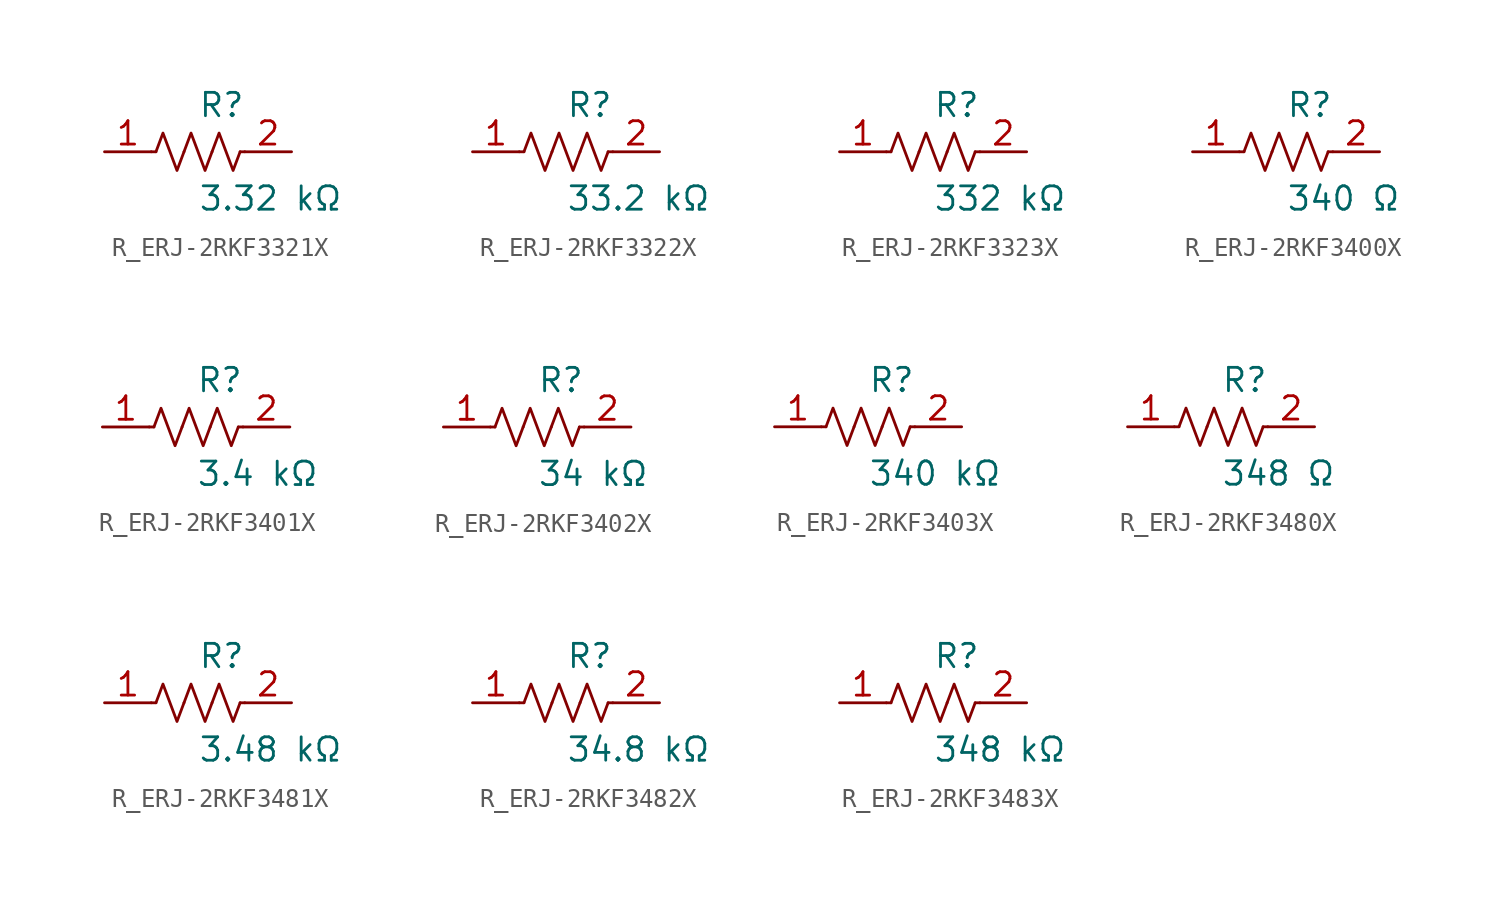
<source format=kicad_sym>
(kicad_symbol_lib
  (version 20231120)
  (generator kicad_symbol_editor)
  (generator_version 8.0)
  (symbol "R_ERJ-2RKF3321X"
    (pin_names
      (offset 0.254))
    (property "Reference" "R"
      (at 0 2.54 0)
      (effects (font (size 1.27 1.27)) (justify left)))
    (property "Value" "3.32 kΩ"
      (at 0 -2.54 0)
      (effects (font (size 1.27 1.27)) (justify left)))
    (symbol "R_ERJ-2RKF3321X_0_1"
      (polyline (pts (xy 2.286 0) (xy 2.54 0)) (stroke (width 0) (type default)) (fill (type none)))
      (polyline (pts (xy -2.286 0) (xy -2.54 0)) (stroke (width 0) (type default)) (fill (type none)))
      (polyline (pts (xy 0.762 0) (xy 1.143 1.016) (xy 1.524 0) (xy 1.905 -1.016) (xy 2.286 0)) (stroke (width 0) (type default)) (fill (type none)))
      (polyline (pts (xy -0.762 0) (xy -0.381 1.016) (xy 0 0) (xy 0.381 -1.016) (xy 0.762 0)) (stroke (width 0) (type default)) (fill (type none)))
      (polyline (pts (xy -2.286 0) (xy -1.905 1.016) (xy -1.524 0) (xy -1.143 -1.016) (xy -0.762 0)) (stroke (width 0) (type default)) (fill (type none))))
    (pin unspecified line
      (at -5.08 0 0)
      (length 2.54)
      (name "" (effects (font (size 1.27 1.27))))
      (number "1" (effects (font (size 1.27 1.27)))))
    (pin unspecified line
      (at 5.08 0 180)
      (length 2.54)
      (name "" (effects (font (size 1.27 1.27))))
      (number "2" (effects (font (size 1.27 1.27))))))
  (symbol "R_ERJ-2RKF3322X"
    (pin_names
      (offset 0.254))
    (property "Reference" "R"
      (at 0 2.54 0)
      (effects (font (size 1.27 1.27)) (justify left)))
    (property "Value" "33.2 kΩ"
      (at 0 -2.54 0)
      (effects (font (size 1.27 1.27)) (justify left)))
    (symbol "R_ERJ-2RKF3322X_0_1"
      (polyline (pts (xy 2.286 0) (xy 2.54 0)) (stroke (width 0) (type default)) (fill (type none)))
      (polyline (pts (xy -2.286 0) (xy -2.54 0)) (stroke (width 0) (type default)) (fill (type none)))
      (polyline (pts (xy 0.762 0) (xy 1.143 1.016) (xy 1.524 0) (xy 1.905 -1.016) (xy 2.286 0)) (stroke (width 0) (type default)) (fill (type none)))
      (polyline (pts (xy -0.762 0) (xy -0.381 1.016) (xy 0 0) (xy 0.381 -1.016) (xy 0.762 0)) (stroke (width 0) (type default)) (fill (type none)))
      (polyline (pts (xy -2.286 0) (xy -1.905 1.016) (xy -1.524 0) (xy -1.143 -1.016) (xy -0.762 0)) (stroke (width 0) (type default)) (fill (type none))))
    (pin unspecified line
      (at -5.08 0 0)
      (length 2.54)
      (name "" (effects (font (size 1.27 1.27))))
      (number "1" (effects (font (size 1.27 1.27)))))
    (pin unspecified line
      (at 5.08 0 180)
      (length 2.54)
      (name "" (effects (font (size 1.27 1.27))))
      (number "2" (effects (font (size 1.27 1.27))))))
  (symbol "R_ERJ-2RKF3323X"
    (pin_names
      (offset 0.254))
    (property "Reference" "R"
      (at 0 2.54 0)
      (effects (font (size 1.27 1.27)) (justify left)))
    (property "Value" "332 kΩ"
      (at 0 -2.54 0)
      (effects (font (size 1.27 1.27)) (justify left)))
    (symbol "R_ERJ-2RKF3323X_0_1"
      (polyline (pts (xy 2.286 0) (xy 2.54 0)) (stroke (width 0) (type default)) (fill (type none)))
      (polyline (pts (xy -2.286 0) (xy -2.54 0)) (stroke (width 0) (type default)) (fill (type none)))
      (polyline (pts (xy 0.762 0) (xy 1.143 1.016) (xy 1.524 0) (xy 1.905 -1.016) (xy 2.286 0)) (stroke (width 0) (type default)) (fill (type none)))
      (polyline (pts (xy -0.762 0) (xy -0.381 1.016) (xy 0 0) (xy 0.381 -1.016) (xy 0.762 0)) (stroke (width 0) (type default)) (fill (type none)))
      (polyline (pts (xy -2.286 0) (xy -1.905 1.016) (xy -1.524 0) (xy -1.143 -1.016) (xy -0.762 0)) (stroke (width 0) (type default)) (fill (type none))))
    (pin unspecified line
      (at -5.08 0 0)
      (length 2.54)
      (name "" (effects (font (size 1.27 1.27))))
      (number "1" (effects (font (size 1.27 1.27)))))
    (pin unspecified line
      (at 5.08 0 180)
      (length 2.54)
      (name "" (effects (font (size 1.27 1.27))))
      (number "2" (effects (font (size 1.27 1.27))))))
  (symbol "R_ERJ-2RKF3400X"
    (pin_names
      (offset 0.254))
    (property "Reference" "R"
      (at 0 2.54 0)
      (effects (font (size 1.27 1.27)) (justify left)))
    (property "Value" "340 Ω"
      (at 0 -2.54 0)
      (effects (font (size 1.27 1.27)) (justify left)))
    (symbol "R_ERJ-2RKF3400X_0_1"
      (polyline (pts (xy 2.286 0) (xy 2.54 0)) (stroke (width 0) (type default)) (fill (type none)))
      (polyline (pts (xy -2.286 0) (xy -2.54 0)) (stroke (width 0) (type default)) (fill (type none)))
      (polyline (pts (xy 0.762 0) (xy 1.143 1.016) (xy 1.524 0) (xy 1.905 -1.016) (xy 2.286 0)) (stroke (width 0) (type default)) (fill (type none)))
      (polyline (pts (xy -0.762 0) (xy -0.381 1.016) (xy 0 0) (xy 0.381 -1.016) (xy 0.762 0)) (stroke (width 0) (type default)) (fill (type none)))
      (polyline (pts (xy -2.286 0) (xy -1.905 1.016) (xy -1.524 0) (xy -1.143 -1.016) (xy -0.762 0)) (stroke (width 0) (type default)) (fill (type none))))
    (pin unspecified line
      (at -5.08 0 0)
      (length 2.54)
      (name "" (effects (font (size 1.27 1.27))))
      (number "1" (effects (font (size 1.27 1.27)))))
    (pin unspecified line
      (at 5.08 0 180)
      (length 2.54)
      (name "" (effects (font (size 1.27 1.27))))
      (number "2" (effects (font (size 1.27 1.27))))))
  (symbol "R_ERJ-2RKF3401X"
    (pin_names
      (offset 0.254))
    (property "Reference" "R"
      (at 0 2.54 0)
      (effects (font (size 1.27 1.27)) (justify left)))
    (property "Value" "3.4 kΩ"
      (at 0 -2.54 0)
      (effects (font (size 1.27 1.27)) (justify left)))
    (symbol "R_ERJ-2RKF3401X_0_1"
      (polyline (pts (xy 2.286 0) (xy 2.54 0)) (stroke (width 0) (type default)) (fill (type none)))
      (polyline (pts (xy -2.286 0) (xy -2.54 0)) (stroke (width 0) (type default)) (fill (type none)))
      (polyline (pts (xy 0.762 0) (xy 1.143 1.016) (xy 1.524 0) (xy 1.905 -1.016) (xy 2.286 0)) (stroke (width 0) (type default)) (fill (type none)))
      (polyline (pts (xy -0.762 0) (xy -0.381 1.016) (xy 0 0) (xy 0.381 -1.016) (xy 0.762 0)) (stroke (width 0) (type default)) (fill (type none)))
      (polyline (pts (xy -2.286 0) (xy -1.905 1.016) (xy -1.524 0) (xy -1.143 -1.016) (xy -0.762 0)) (stroke (width 0) (type default)) (fill (type none))))
    (pin unspecified line
      (at -5.08 0 0)
      (length 2.54)
      (name "" (effects (font (size 1.27 1.27))))
      (number "1" (effects (font (size 1.27 1.27)))))
    (pin unspecified line
      (at 5.08 0 180)
      (length 2.54)
      (name "" (effects (font (size 1.27 1.27))))
      (number "2" (effects (font (size 1.27 1.27))))))
  (symbol "R_ERJ-2RKF3402X"
    (pin_names
      (offset 0.254))
    (property "Reference" "R"
      (at 0 2.54 0)
      (effects (font (size 1.27 1.27)) (justify left)))
    (property "Value" "34 kΩ"
      (at 0 -2.54 0)
      (effects (font (size 1.27 1.27)) (justify left)))
    (symbol "R_ERJ-2RKF3402X_0_1"
      (polyline (pts (xy 2.286 0) (xy 2.54 0)) (stroke (width 0) (type default)) (fill (type none)))
      (polyline (pts (xy -2.286 0) (xy -2.54 0)) (stroke (width 0) (type default)) (fill (type none)))
      (polyline (pts (xy 0.762 0) (xy 1.143 1.016) (xy 1.524 0) (xy 1.905 -1.016) (xy 2.286 0)) (stroke (width 0) (type default)) (fill (type none)))
      (polyline (pts (xy -0.762 0) (xy -0.381 1.016) (xy 0 0) (xy 0.381 -1.016) (xy 0.762 0)) (stroke (width 0) (type default)) (fill (type none)))
      (polyline (pts (xy -2.286 0) (xy -1.905 1.016) (xy -1.524 0) (xy -1.143 -1.016) (xy -0.762 0)) (stroke (width 0) (type default)) (fill (type none))))
    (pin unspecified line
      (at -5.08 0 0)
      (length 2.54)
      (name "" (effects (font (size 1.27 1.27))))
      (number "1" (effects (font (size 1.27 1.27)))))
    (pin unspecified line
      (at 5.08 0 180)
      (length 2.54)
      (name "" (effects (font (size 1.27 1.27))))
      (number "2" (effects (font (size 1.27 1.27))))))
  (symbol "R_ERJ-2RKF3403X"
    (pin_names
      (offset 0.254))
    (property "Reference" "R"
      (at 0 2.54 0)
      (effects (font (size 1.27 1.27)) (justify left)))
    (property "Value" "340 kΩ"
      (at 0 -2.54 0)
      (effects (font (size 1.27 1.27)) (justify left)))
    (symbol "R_ERJ-2RKF3403X_0_1"
      (polyline (pts (xy 2.286 0) (xy 2.54 0)) (stroke (width 0) (type default)) (fill (type none)))
      (polyline (pts (xy -2.286 0) (xy -2.54 0)) (stroke (width 0) (type default)) (fill (type none)))
      (polyline (pts (xy 0.762 0) (xy 1.143 1.016) (xy 1.524 0) (xy 1.905 -1.016) (xy 2.286 0)) (stroke (width 0) (type default)) (fill (type none)))
      (polyline (pts (xy -0.762 0) (xy -0.381 1.016) (xy 0 0) (xy 0.381 -1.016) (xy 0.762 0)) (stroke (width 0) (type default)) (fill (type none)))
      (polyline (pts (xy -2.286 0) (xy -1.905 1.016) (xy -1.524 0) (xy -1.143 -1.016) (xy -0.762 0)) (stroke (width 0) (type default)) (fill (type none))))
    (pin unspecified line
      (at -5.08 0 0)
      (length 2.54)
      (name "" (effects (font (size 1.27 1.27))))
      (number "1" (effects (font (size 1.27 1.27)))))
    (pin unspecified line
      (at 5.08 0 180)
      (length 2.54)
      (name "" (effects (font (size 1.27 1.27))))
      (number "2" (effects (font (size 1.27 1.27))))))
  (symbol "R_ERJ-2RKF3480X"
    (pin_names
      (offset 0.254))
    (property "Reference" "R"
      (at 0 2.54 0)
      (effects (font (size 1.27 1.27)) (justify left)))
    (property "Value" "348 Ω"
      (at 0 -2.54 0)
      (effects (font (size 1.27 1.27)) (justify left)))
    (symbol "R_ERJ-2RKF3480X_0_1"
      (polyline (pts (xy 2.286 0) (xy 2.54 0)) (stroke (width 0) (type default)) (fill (type none)))
      (polyline (pts (xy -2.286 0) (xy -2.54 0)) (stroke (width 0) (type default)) (fill (type none)))
      (polyline (pts (xy 0.762 0) (xy 1.143 1.016) (xy 1.524 0) (xy 1.905 -1.016) (xy 2.286 0)) (stroke (width 0) (type default)) (fill (type none)))
      (polyline (pts (xy -0.762 0) (xy -0.381 1.016) (xy 0 0) (xy 0.381 -1.016) (xy 0.762 0)) (stroke (width 0) (type default)) (fill (type none)))
      (polyline (pts (xy -2.286 0) (xy -1.905 1.016) (xy -1.524 0) (xy -1.143 -1.016) (xy -0.762 0)) (stroke (width 0) (type default)) (fill (type none))))
    (pin unspecified line
      (at -5.08 0 0)
      (length 2.54)
      (name "" (effects (font (size 1.27 1.27))))
      (number "1" (effects (font (size 1.27 1.27)))))
    (pin unspecified line
      (at 5.08 0 180)
      (length 2.54)
      (name "" (effects (font (size 1.27 1.27))))
      (number "2" (effects (font (size 1.27 1.27))))))
  (symbol "R_ERJ-2RKF3481X"
    (pin_names
      (offset 0.254))
    (property "Reference" "R"
      (at 0 2.54 0)
      (effects (font (size 1.27 1.27)) (justify left)))
    (property "Value" "3.48 kΩ"
      (at 0 -2.54 0)
      (effects (font (size 1.27 1.27)) (justify left)))
    (symbol "R_ERJ-2RKF3481X_0_1"
      (polyline (pts (xy 2.286 0) (xy 2.54 0)) (stroke (width 0) (type default)) (fill (type none)))
      (polyline (pts (xy -2.286 0) (xy -2.54 0)) (stroke (width 0) (type default)) (fill (type none)))
      (polyline (pts (xy 0.762 0) (xy 1.143 1.016) (xy 1.524 0) (xy 1.905 -1.016) (xy 2.286 0)) (stroke (width 0) (type default)) (fill (type none)))
      (polyline (pts (xy -0.762 0) (xy -0.381 1.016) (xy 0 0) (xy 0.381 -1.016) (xy 0.762 0)) (stroke (width 0) (type default)) (fill (type none)))
      (polyline (pts (xy -2.286 0) (xy -1.905 1.016) (xy -1.524 0) (xy -1.143 -1.016) (xy -0.762 0)) (stroke (width 0) (type default)) (fill (type none))))
    (pin unspecified line
      (at -5.08 0 0)
      (length 2.54)
      (name "" (effects (font (size 1.27 1.27))))
      (number "1" (effects (font (size 1.27 1.27)))))
    (pin unspecified line
      (at 5.08 0 180)
      (length 2.54)
      (name "" (effects (font (size 1.27 1.27))))
      (number "2" (effects (font (size 1.27 1.27))))))
  (symbol "R_ERJ-2RKF3482X"
    (pin_names
      (offset 0.254))
    (property "Reference" "R"
      (at 0 2.54 0)
      (effects (font (size 1.27 1.27)) (justify left)))
    (property "Value" "34.8 kΩ"
      (at 0 -2.54 0)
      (effects (font (size 1.27 1.27)) (justify left)))
    (symbol "R_ERJ-2RKF3482X_0_1"
      (polyline (pts (xy 2.286 0) (xy 2.54 0)) (stroke (width 0) (type default)) (fill (type none)))
      (polyline (pts (xy -2.286 0) (xy -2.54 0)) (stroke (width 0) (type default)) (fill (type none)))
      (polyline (pts (xy 0.762 0) (xy 1.143 1.016) (xy 1.524 0) (xy 1.905 -1.016) (xy 2.286 0)) (stroke (width 0) (type default)) (fill (type none)))
      (polyline (pts (xy -0.762 0) (xy -0.381 1.016) (xy 0 0) (xy 0.381 -1.016) (xy 0.762 0)) (stroke (width 0) (type default)) (fill (type none)))
      (polyline (pts (xy -2.286 0) (xy -1.905 1.016) (xy -1.524 0) (xy -1.143 -1.016) (xy -0.762 0)) (stroke (width 0) (type default)) (fill (type none))))
    (pin unspecified line
      (at -5.08 0 0)
      (length 2.54)
      (name "" (effects (font (size 1.27 1.27))))
      (number "1" (effects (font (size 1.27 1.27)))))
    (pin unspecified line
      (at 5.08 0 180)
      (length 2.54)
      (name "" (effects (font (size 1.27 1.27))))
      (number "2" (effects (font (size 1.27 1.27))))))
  (symbol "R_ERJ-2RKF3483X"
    (pin_names
      (offset 0.254))
    (property "Reference" "R"
      (at 0 2.54 0)
      (effects (font (size 1.27 1.27)) (justify left)))
    (property "Value" "348 kΩ"
      (at 0 -2.54 0)
      (effects (font (size 1.27 1.27)) (justify left)))
    (symbol "R_ERJ-2RKF3483X_0_1"
      (polyline (pts (xy 2.286 0) (xy 2.54 0)) (stroke (width 0) (type default)) (fill (type none)))
      (polyline (pts (xy -2.286 0) (xy -2.54 0)) (stroke (width 0) (type default)) (fill (type none)))
      (polyline (pts (xy 0.762 0) (xy 1.143 1.016) (xy 1.524 0) (xy 1.905 -1.016) (xy 2.286 0)) (stroke (width 0) (type default)) (fill (type none)))
      (polyline (pts (xy -0.762 0) (xy -0.381 1.016) (xy 0 0) (xy 0.381 -1.016) (xy 0.762 0)) (stroke (width 0) (type default)) (fill (type none)))
      (polyline (pts (xy -2.286 0) (xy -1.905 1.016) (xy -1.524 0) (xy -1.143 -1.016) (xy -0.762 0)) (stroke (width 0) (type default)) (fill (type none))))
    (pin unspecified line
      (at -5.08 0 0)
      (length 2.54)
      (name "" (effects (font (size 1.27 1.27))))
      (number "1" (effects (font (size 1.27 1.27)))))
    (pin unspecified line
      (at 5.08 0 180)
      (length 2.54)
      (name "" (effects (font (size 1.27 1.27))))
      (number "2" (effects (font (size 1.27 1.27)))))))
</source>
